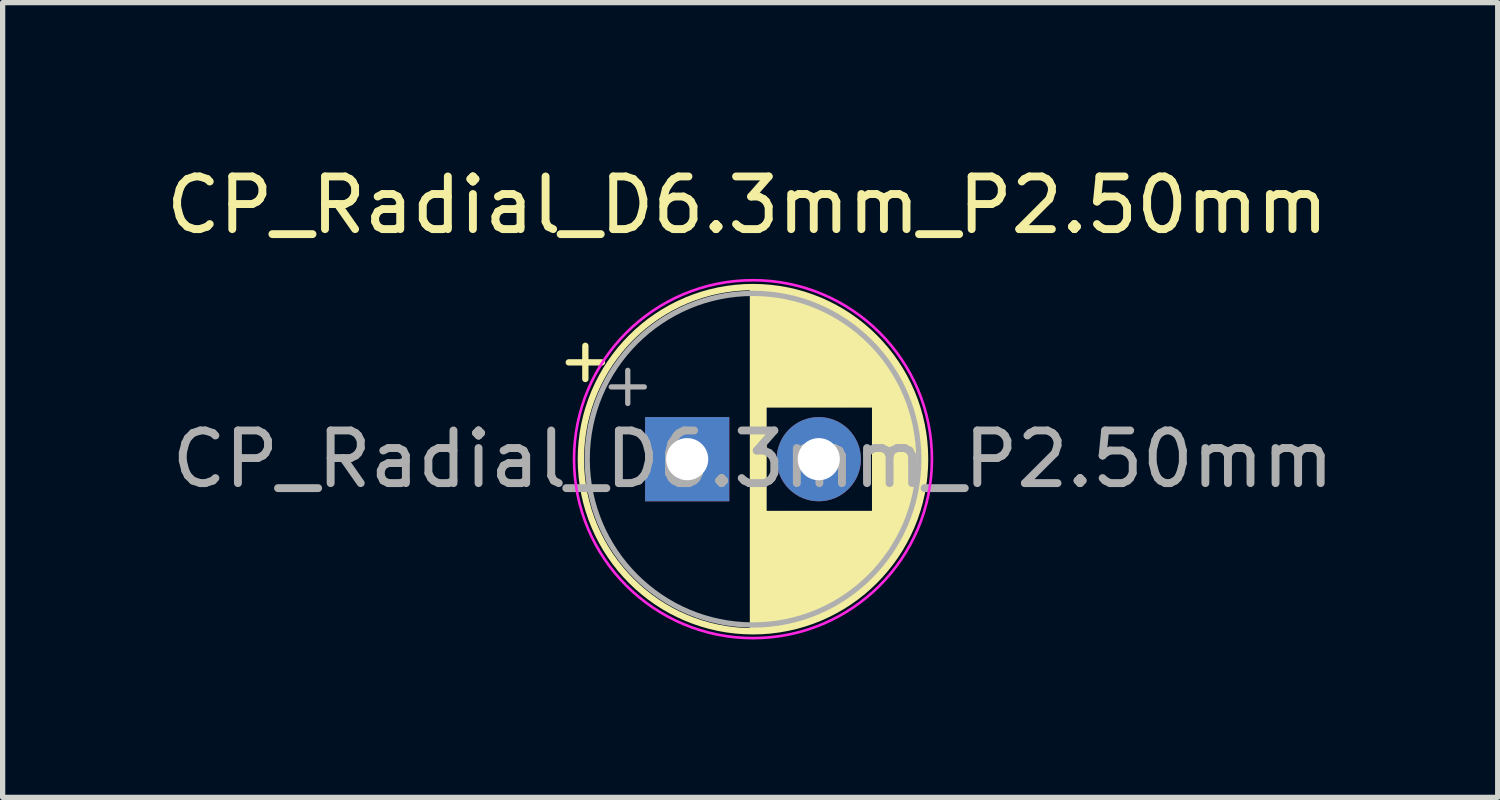
<source format=kicad_pcb>
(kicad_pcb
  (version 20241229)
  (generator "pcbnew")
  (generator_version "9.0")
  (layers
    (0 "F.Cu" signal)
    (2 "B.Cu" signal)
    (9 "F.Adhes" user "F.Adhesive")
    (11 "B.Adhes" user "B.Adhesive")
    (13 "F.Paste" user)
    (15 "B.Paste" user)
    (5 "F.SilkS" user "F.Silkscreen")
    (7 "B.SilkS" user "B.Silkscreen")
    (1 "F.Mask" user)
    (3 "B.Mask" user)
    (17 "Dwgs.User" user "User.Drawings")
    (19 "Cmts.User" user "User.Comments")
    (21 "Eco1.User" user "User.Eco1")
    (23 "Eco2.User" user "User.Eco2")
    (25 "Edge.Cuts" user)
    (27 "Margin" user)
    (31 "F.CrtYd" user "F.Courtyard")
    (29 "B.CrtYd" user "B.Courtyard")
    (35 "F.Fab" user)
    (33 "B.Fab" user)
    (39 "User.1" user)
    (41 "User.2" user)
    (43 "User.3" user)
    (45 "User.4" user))
  (footprint "CP_Radial_D6.3mm_P2.50mm"
    (layer "F.Cu")
    (at 10.006 5.674)
    (property "Reference" "CP_Radial_D6.3mm_P2.50mm" (at 1.143 -4.826 180) (layer "F.SilkS") (effects (font (size 1 1) (thickness 0.15))))
    (attr through_hole)
    (fp_line (start -2.25 -1.839) (end -1.62 -1.839) (stroke (width 0.12) (type solid)) (layer "F.SilkS"))
    (fp_line (start -1.935 -2.154) (end -1.935 -1.524) (stroke (width 0.12) (type solid)) (layer "F.SilkS"))
    (fp_line (start 1.25 -3.23) (end 1.25 3.23) (stroke (width 0.12) (type solid)) (layer "F.SilkS"))
    (fp_line (start 1.29 -3.23) (end 1.29 3.23) (stroke (width 0.12) (type solid)) (layer "F.SilkS"))
    (fp_line (start 1.33 -3.23) (end 1.33 3.23) (stroke (width 0.12) (type solid)) (layer "F.SilkS"))
    (fp_line (start 1.37 -3.228) (end 1.37 3.228) (stroke (width 0.12) (type solid)) (layer "F.SilkS"))
    (fp_line (start 1.41 -3.227) (end 1.41 3.227) (stroke (width 0.12) (type solid)) (layer "F.SilkS"))
    (fp_line (start 1.45 -3.224) (end 1.45 3.224) (stroke (width 0.12) (type solid)) (layer "F.SilkS"))
    (fp_line (start 1.49 -3.222) (end 1.49 -1.04) (stroke (width 0.12) (type solid)) (layer "F.SilkS"))
    (fp_line (start 1.49 1.04) (end 1.49 3.222) (stroke (width 0.12) (type solid)) (layer "F.SilkS"))
    (fp_line (start 1.53 -3.218) (end 1.53 -1.04) (stroke (width 0.12) (type solid)) (layer "F.SilkS"))
    (fp_line (start 1.53 1.04) (end 1.53 3.218) (stroke (width 0.12) (type solid)) (layer "F.SilkS"))
    (fp_line (start 1.57 -3.215) (end 1.57 -1.04) (stroke (width 0.12) (type solid)) (layer "F.SilkS"))
    (fp_line (start 1.57 1.04) (end 1.57 3.215) (stroke (width 0.12) (type solid)) (layer "F.SilkS"))
    (fp_line (start 1.61 -3.211) (end 1.61 -1.04) (stroke (width 0.12) (type solid)) (layer "F.SilkS"))
    (fp_line (start 1.61 1.04) (end 1.61 3.211) (stroke (width 0.12) (type solid)) (layer "F.SilkS"))
    (fp_line (start 1.65 -3.206) (end 1.65 -1.04) (stroke (width 0.12) (type solid)) (layer "F.SilkS"))
    (fp_line (start 1.65 1.04) (end 1.65 3.206) (stroke (width 0.12) (type solid)) (layer "F.SilkS"))
    (fp_line (start 1.69 -3.201) (end 1.69 -1.04) (stroke (width 0.12) (type solid)) (layer "F.SilkS"))
    (fp_line (start 1.69 1.04) (end 1.69 3.201) (stroke (width 0.12) (type solid)) (layer "F.SilkS"))
    (fp_line (start 1.73 -3.195) (end 1.73 -1.04) (stroke (width 0.12) (type solid)) (layer "F.SilkS"))
    (fp_line (start 1.73 1.04) (end 1.73 3.195) (stroke (width 0.12) (type solid)) (layer "F.SilkS"))
    (fp_line (start 1.77 -3.189) (end 1.77 -1.04) (stroke (width 0.12) (type solid)) (layer "F.SilkS"))
    (fp_line (start 1.77 1.04) (end 1.77 3.189) (stroke (width 0.12) (type solid)) (layer "F.SilkS"))
    (fp_line (start 1.81 -3.182) (end 1.81 -1.04) (stroke (width 0.12) (type solid)) (layer "F.SilkS"))
    (fp_line (start 1.81 1.04) (end 1.81 3.182) (stroke (width 0.12) (type solid)) (layer "F.SilkS"))
    (fp_line (start 1.85 -3.175) (end 1.85 -1.04) (stroke (width 0.12) (type solid)) (layer "F.SilkS"))
    (fp_line (start 1.85 1.04) (end 1.85 3.175) (stroke (width 0.12) (type solid)) (layer "F.SilkS"))
    (fp_line (start 1.89 -3.167) (end 1.89 -1.04) (stroke (width 0.12) (type solid)) (layer "F.SilkS"))
    (fp_line (start 1.89 1.04) (end 1.89 3.167) (stroke (width 0.12) (type solid)) (layer "F.SilkS"))
    (fp_line (start 1.93 -3.159) (end 1.93 -1.04) (stroke (width 0.12) (type solid)) (layer "F.SilkS"))
    (fp_line (start 1.93 1.04) (end 1.93 3.159) (stroke (width 0.12) (type solid)) (layer "F.SilkS"))
    (fp_line (start 1.971 -3.15) (end 1.971 -1.04) (stroke (width 0.12) (type solid)) (layer "F.SilkS"))
    (fp_line (start 1.971 1.04) (end 1.971 3.15) (stroke (width 0.12) (type solid)) (layer "F.SilkS"))
    (fp_line (start 2.011 -3.141) (end 2.011 -1.04) (stroke (width 0.12) (type solid)) (layer "F.SilkS"))
    (fp_line (start 2.011 1.04) (end 2.011 3.141) (stroke (width 0.12) (type solid)) (layer "F.SilkS"))
    (fp_line (start 2.051 -3.131) (end 2.051 -1.04) (stroke (width 0.12) (type solid)) (layer "F.SilkS"))
    (fp_line (start 2.051 1.04) (end 2.051 3.131) (stroke (width 0.12) (type solid)) (layer "F.SilkS"))
    (fp_line (start 2.091 -3.121) (end 2.091 -1.04) (stroke (width 0.12) (type solid)) (layer "F.SilkS"))
    (fp_line (start 2.091 1.04) (end 2.091 3.121) (stroke (width 0.12) (type solid)) (layer "F.SilkS"))
    (fp_line (start 2.131 -3.11) (end 2.131 -1.04) (stroke (width 0.12) (type solid)) (layer "F.SilkS"))
    (fp_line (start 2.131 1.04) (end 2.131 3.11) (stroke (width 0.12) (type solid)) (layer "F.SilkS"))
    (fp_line (start 2.171 -3.098) (end 2.171 -1.04) (stroke (width 0.12) (type solid)) (layer "F.SilkS"))
    (fp_line (start 2.171 1.04) (end 2.171 3.098) (stroke (width 0.12) (type solid)) (layer "F.SilkS"))
    (fp_line (start 2.211 -3.086) (end 2.211 -1.04) (stroke (width 0.12) (type solid)) (layer "F.SilkS"))
    (fp_line (start 2.211 1.04) (end 2.211 3.086) (stroke (width 0.12) (type solid)) (layer "F.SilkS"))
    (fp_line (start 2.251 -3.074) (end 2.251 -1.04) (stroke (width 0.12) (type solid)) (layer "F.SilkS"))
    (fp_line (start 2.251 1.04) (end 2.251 3.074) (stroke (width 0.12) (type solid)) (layer "F.SilkS"))
    (fp_line (start 2.291 -3.061) (end 2.291 -1.04) (stroke (width 0.12) (type solid)) (layer "F.SilkS"))
    (fp_line (start 2.291 1.04) (end 2.291 3.061) (stroke (width 0.12) (type solid)) (layer "F.SilkS"))
    (fp_line (start 2.331 -3.047) (end 2.331 -1.04) (stroke (width 0.12) (type solid)) (layer "F.SilkS"))
    (fp_line (start 2.331 1.04) (end 2.331 3.047) (stroke (width 0.12) (type solid)) (layer "F.SilkS"))
    (fp_line (start 2.371 -3.033) (end 2.371 -1.04) (stroke (width 0.12) (type solid)) (layer "F.SilkS"))
    (fp_line (start 2.371 1.04) (end 2.371 3.033) (stroke (width 0.12) (type solid)) (layer "F.SilkS"))
    (fp_line (start 2.411 -3.018) (end 2.411 -1.04) (stroke (width 0.12) (type solid)) (layer "F.SilkS"))
    (fp_line (start 2.411 1.04) (end 2.411 3.018) (stroke (width 0.12) (type solid)) (layer "F.SilkS"))
    (fp_line (start 2.451 -3.002) (end 2.451 -1.04) (stroke (width 0.12) (type solid)) (layer "F.SilkS"))
    (fp_line (start 2.451 1.04) (end 2.451 3.002) (stroke (width 0.12) (type solid)) (layer "F.SilkS"))
    (fp_line (start 2.491 -2.986) (end 2.491 -1.04) (stroke (width 0.12) (type solid)) (layer "F.SilkS"))
    (fp_line (start 2.491 1.04) (end 2.491 2.986) (stroke (width 0.12) (type solid)) (layer "F.SilkS"))
    (fp_line (start 2.531 -2.97) (end 2.531 -1.04) (stroke (width 0.12) (type solid)) (layer "F.SilkS"))
    (fp_line (start 2.531 1.04) (end 2.531 2.97) (stroke (width 0.12) (type solid)) (layer "F.SilkS"))
    (fp_line (start 2.571 -2.952) (end 2.571 -1.04) (stroke (width 0.12) (type solid)) (layer "F.SilkS"))
    (fp_line (start 2.571 1.04) (end 2.571 2.952) (stroke (width 0.12) (type solid)) (layer "F.SilkS"))
    (fp_line (start 2.611 -2.934) (end 2.611 -1.04) (stroke (width 0.12) (type solid)) (layer "F.SilkS"))
    (fp_line (start 2.611 1.04) (end 2.611 2.934) (stroke (width 0.12) (type solid)) (layer "F.SilkS"))
    (fp_line (start 2.651 -2.916) (end 2.651 -1.04) (stroke (width 0.12) (type solid)) (layer "F.SilkS"))
    (fp_line (start 2.651 1.04) (end 2.651 2.916) (stroke (width 0.12) (type solid)) (layer "F.SilkS"))
    (fp_line (start 2.691 -2.896) (end 2.691 -1.04) (stroke (width 0.12) (type solid)) (layer "F.SilkS"))
    (fp_line (start 2.691 1.04) (end 2.691 2.896) (stroke (width 0.12) (type solid)) (layer "F.SilkS"))
    (fp_line (start 2.731 -2.876) (end 2.731 -1.04) (stroke (width 0.12) (type solid)) (layer "F.SilkS"))
    (fp_line (start 2.731 1.04) (end 2.731 2.876) (stroke (width 0.12) (type solid)) (layer "F.SilkS"))
    (fp_line (start 2.771 -2.856) (end 2.771 -1.04) (stroke (width 0.12) (type solid)) (layer "F.SilkS"))
    (fp_line (start 2.771 1.04) (end 2.771 2.856) (stroke (width 0.12) (type solid)) (layer "F.SilkS"))
    (fp_line (start 2.811 -2.834) (end 2.811 -1.04) (stroke (width 0.12) (type solid)) (layer "F.SilkS"))
    (fp_line (start 2.811 1.04) (end 2.811 2.834) (stroke (width 0.12) (type solid)) (layer "F.SilkS"))
    (fp_line (start 2.851 -2.812) (end 2.851 -1.04) (stroke (width 0.12) (type solid)) (layer "F.SilkS"))
    (fp_line (start 2.851 1.04) (end 2.851 2.812) (stroke (width 0.12) (type solid)) (layer "F.SilkS"))
    (fp_line (start 2.891 -2.79) (end 2.891 -1.04) (stroke (width 0.12) (type solid)) (layer "F.SilkS"))
    (fp_line (start 2.891 1.04) (end 2.891 2.79) (stroke (width 0.12) (type solid)) (layer "F.SilkS"))
    (fp_line (start 2.931 -2.766) (end 2.931 -1.04) (stroke (width 0.12) (type solid)) (layer "F.SilkS"))
    (fp_line (start 2.931 1.04) (end 2.931 2.766) (stroke (width 0.12) (type solid)) (layer "F.SilkS"))
    (fp_line (start 2.971 -2.742) (end 2.971 -1.04) (stroke (width 0.12) (type solid)) (layer "F.SilkS"))
    (fp_line (start 2.971 1.04) (end 2.971 2.742) (stroke (width 0.12) (type solid)) (layer "F.SilkS"))
    (fp_line (start 3.011 -2.716) (end 3.011 -1.04) (stroke (width 0.12) (type solid)) (layer "F.SilkS"))
    (fp_line (start 3.011 1.04) (end 3.011 2.716) (stroke (width 0.12) (type solid)) (layer "F.SilkS"))
    (fp_line (start 3.051 -2.69) (end 3.051 -1.04) (stroke (width 0.12) (type solid)) (layer "F.SilkS"))
    (fp_line (start 3.051 1.04) (end 3.051 2.69) (stroke (width 0.12) (type solid)) (layer "F.SilkS"))
    (fp_line (start 3.091 -2.664) (end 3.091 -1.04) (stroke (width 0.12) (type solid)) (layer "F.SilkS"))
    (fp_line (start 3.091 1.04) (end 3.091 2.664) (stroke (width 0.12) (type solid)) (layer "F.SilkS"))
    (fp_line (start 3.131 -2.636) (end 3.131 -1.04) (stroke (width 0.12) (type solid)) (layer "F.SilkS"))
    (fp_line (start 3.131 1.04) (end 3.131 2.636) (stroke (width 0.12) (type solid)) (layer "F.SilkS"))
    (fp_line (start 3.171 -2.607) (end 3.171 -1.04) (stroke (width 0.12) (type solid)) (layer "F.SilkS"))
    (fp_line (start 3.171 1.04) (end 3.171 2.607) (stroke (width 0.12) (type solid)) (layer "F.SilkS"))
    (fp_line (start 3.211 -2.578) (end 3.211 -1.04) (stroke (width 0.12) (type solid)) (layer "F.SilkS"))
    (fp_line (start 3.211 1.04) (end 3.211 2.578) (stroke (width 0.12) (type solid)) (layer "F.SilkS"))
    (fp_line (start 3.251 -2.548) (end 3.251 -1.04) (stroke (width 0.12) (type solid)) (layer "F.SilkS"))
    (fp_line (start 3.251 1.04) (end 3.251 2.548) (stroke (width 0.12) (type solid)) (layer "F.SilkS"))
    (fp_line (start 3.291 -2.516) (end 3.291 -1.04) (stroke (width 0.12) (type solid)) (layer "F.SilkS"))
    (fp_line (start 3.291 1.04) (end 3.291 2.516) (stroke (width 0.12) (type solid)) (layer "F.SilkS"))
    (fp_line (start 3.331 -2.484) (end 3.331 -1.04) (stroke (width 0.12) (type solid)) (layer "F.SilkS"))
    (fp_line (start 3.331 1.04) (end 3.331 2.484) (stroke (width 0.12) (type solid)) (layer "F.SilkS"))
    (fp_line (start 3.371 -2.45) (end 3.371 -1.04) (stroke (width 0.12) (type solid)) (layer "F.SilkS"))
    (fp_line (start 3.371 1.04) (end 3.371 2.45) (stroke (width 0.12) (type solid)) (layer "F.SilkS"))
    (fp_line (start 3.411 -2.416) (end 3.411 -1.04) (stroke (width 0.12) (type solid)) (layer "F.SilkS"))
    (fp_line (start 3.411 1.04) (end 3.411 2.416) (stroke (width 0.12) (type solid)) (layer "F.SilkS"))
    (fp_line (start 3.451 -2.38) (end 3.451 -1.04) (stroke (width 0.12) (type solid)) (layer "F.SilkS"))
    (fp_line (start 3.451 1.04) (end 3.451 2.38) (stroke (width 0.12) (type solid)) (layer "F.SilkS"))
    (fp_line (start 3.491 -2.343) (end 3.491 -1.04) (stroke (width 0.12) (type solid)) (layer "F.SilkS"))
    (fp_line (start 3.491 1.04) (end 3.491 2.343) (stroke (width 0.12) (type solid)) (layer "F.SilkS"))
    (fp_line (start 3.531 -2.305) (end 3.531 -1.04) (stroke (width 0.12) (type solid)) (layer "F.SilkS"))
    (fp_line (start 3.531 1.04) (end 3.531 2.305) (stroke (width 0.12) (type solid)) (layer "F.SilkS"))
    (fp_line (start 3.571 -2.265) (end 3.571 2.265) (stroke (width 0.12) (type solid)) (layer "F.SilkS"))
    (fp_line (start 3.611 -2.224) (end 3.611 2.224) (stroke (width 0.12) (type solid)) (layer "F.SilkS"))
    (fp_line (start 3.651 -2.182) (end 3.651 2.182) (stroke (width 0.12) (type solid)) (layer "F.SilkS"))
    (fp_line (start 3.691 -2.137) (end 3.691 2.137) (stroke (width 0.12) (type solid)) (layer "F.SilkS"))
    (fp_line (start 3.731 -2.092) (end 3.731 2.092) (stroke (width 0.12) (type solid)) (layer "F.SilkS"))
    (fp_line (start 3.771 -2.044) (end 3.771 2.044) (stroke (width 0.12) (type solid)) (layer "F.SilkS"))
    (fp_line (start 3.811 -1.995) (end 3.811 1.995) (stroke (width 0.12) (type solid)) (layer "F.SilkS"))
    (fp_line (start 3.851 -1.944) (end 3.851 1.944) (stroke (width 0.12) (type solid)) (layer "F.SilkS"))
    (fp_line (start 3.891 -1.89) (end 3.891 1.89) (stroke (width 0.12) (type solid)) (layer "F.SilkS"))
    (fp_line (start 3.931 -1.834) (end 3.931 1.834) (stroke (width 0.12) (type solid)) (layer "F.SilkS"))
    (fp_line (start 3.971 -1.776) (end 3.971 1.776) (stroke (width 0.12) (type solid)) (layer "F.SilkS"))
    (fp_line (start 4.011 -1.714) (end 4.011 1.714) (stroke (width 0.12) (type solid)) (layer "F.SilkS"))
    (fp_line (start 4.051 -1.65) (end 4.051 1.65) (stroke (width 0.12) (type solid)) (layer "F.SilkS"))
    (fp_line (start 4.091 -1.581) (end 4.091 1.581) (stroke (width 0.12) (type solid)) (layer "F.SilkS"))
    (fp_line (start 4.131 -1.509) (end 4.131 1.509) (stroke (width 0.12) (type solid)) (layer "F.SilkS"))
    (fp_line (start 4.171 -1.432) (end 4.171 1.432) (stroke (width 0.12) (type solid)) (layer "F.SilkS"))
    (fp_line (start 4.211 -1.35) (end 4.211 1.35) (stroke (width 0.12) (type solid)) (layer "F.SilkS"))
    (fp_line (start 4.251 -1.262) (end 4.251 1.262) (stroke (width 0.12) (type solid)) (layer "F.SilkS"))
    (fp_line (start 4.291 -1.165) (end 4.291 1.165) (stroke (width 0.12) (type solid)) (layer "F.SilkS"))
    (fp_line (start 4.331 -1.059) (end 4.331 1.059) (stroke (width 0.12) (type solid)) (layer "F.SilkS"))
    (fp_line (start 4.371 -0.94) (end 4.371 0.94) (stroke (width 0.12) (type solid)) (layer "F.SilkS"))
    (fp_line (start 4.411 -0.802) (end 4.411 0.802) (stroke (width 0.12) (type solid)) (layer "F.SilkS"))
    (fp_line (start 4.451 -0.633) (end 4.451 0.633) (stroke (width 0.12) (type solid)) (layer "F.SilkS"))
    (fp_line (start 4.491 -0.402) (end 4.491 0.402) (stroke (width 0.12) (type solid)) (layer "F.SilkS"))
    (fp_circle (center 1.25 0) (end 4.52 0) (stroke (width 0.12) (type solid)) (fill no) (layer "F.SilkS"))
    (fp_circle (center 1.25 0) (end 4.65 0) (stroke (width 0.05) (type solid)) (fill no) (layer "F.CrtYd"))
    (fp_line (start -1.444 -1.373) (end -0.814 -1.373) (stroke (width 0.1) (type solid)) (layer "F.Fab"))
    (fp_line (start -1.129 -1.688) (end -1.129 -1.058) (stroke (width 0.1) (type solid)) (layer "F.Fab"))
    (fp_circle (center 1.25 0) (end 4.4 0) (stroke (width 0.1) (type solid)) (fill no) (layer "F.Fab"))
    (fp_text user "${REFERENCE}" (at 1.25 0 180) (layer "F.Fab") (effects (font (size 1 1) (thickness 0.15))))
    (pad "1" thru_hole rect (at 0 0) (size 1.6 1.6) (drill 0.8) (layers "*.Cu" "*.Mask"))
    (pad "2" thru_hole circle (at 2.5 0) (size 1.6 1.6) (drill 0.8) (layers "*.Cu" "*.Mask")))
  (gr_rect
    (start -3 -3)
    (end 25.405 12.099)
    (stroke (width 0.1) (type default))
    (fill no)
    (layer "Edge.Cuts")))
</source>
